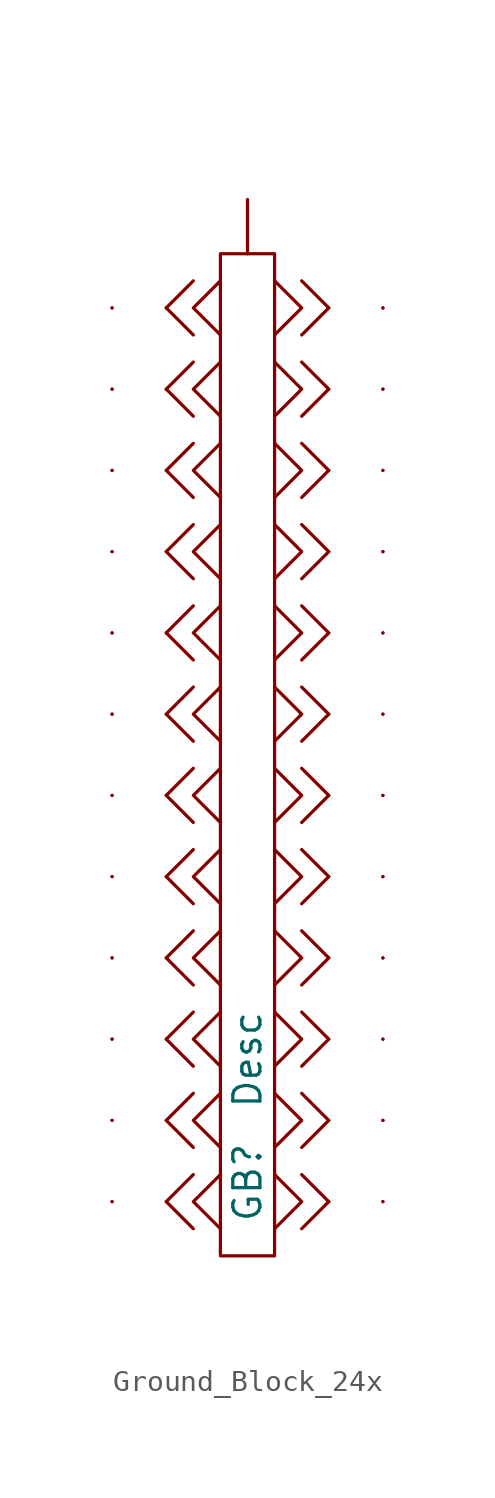
<source format=kicad_sym>
(kicad_symbol_lib
  (version 20231120)
  (generator "kicad_symbol_editor")
  (generator_version "8.0")
  (symbol "Ground_Block_24x"
    (pin_numbers hide)
    (pin_names
      (offset 0) hide)
    (property "Reference" "GB"
      (at 0 -22.606 90)
      (do_not_autoplace)
      (effects (font (size 1.27 1.27)) (justify left)))
    (property "Value" "Desc"
      (at 0 -17.272 90)
      (do_not_autoplace)
      (effects (font (size 1.27 1.27)) (justify left)))
    (symbol "Ground_Block_24x_0_1"
      (rectangle (start -1.27 22.86) (end 1.27 -24.13) (stroke (width 0) (type default)) (fill (type none)))
      (polyline (pts (xy -2.54 -20.32) (xy -3.81 -21.59) (xy -2.54 -22.86)) (stroke (width 0) (type default)) (fill (type none)))
      (polyline (pts (xy -2.54 -16.51) (xy -3.81 -17.78) (xy -2.54 -19.05)) (stroke (width 0) (type default)) (fill (type none)))
      (polyline (pts (xy -2.54 -12.7) (xy -3.81 -13.97) (xy -2.54 -15.24)) (stroke (width 0) (type default)) (fill (type none)))
      (polyline (pts (xy -2.54 -8.89) (xy -3.81 -10.16) (xy -2.54 -11.43)) (stroke (width 0) (type default)) (fill (type none)))
      (polyline (pts (xy -2.54 -5.08) (xy -3.81 -6.35) (xy -2.54 -7.62)) (stroke (width 0) (type default)) (fill (type none)))
      (polyline (pts (xy -2.54 -1.27) (xy -3.81 -2.54) (xy -2.54 -3.81)) (stroke (width 0) (type default)) (fill (type none)))
      (polyline (pts (xy -2.54 2.54) (xy -3.81 1.27) (xy -2.54 0)) (stroke (width 0) (type default)) (fill (type none)))
      (polyline (pts (xy -2.54 6.35) (xy -3.81 5.08) (xy -2.54 3.81)) (stroke (width 0) (type default)) (fill (type none)))
      (polyline (pts (xy -2.54 10.16) (xy -3.81 8.89) (xy -2.54 7.62)) (stroke (width 0) (type default)) (fill (type none)))
      (polyline (pts (xy -2.54 13.97) (xy -3.81 12.7) (xy -2.54 11.43)) (stroke (width 0) (type default)) (fill (type none)))
      (polyline (pts (xy -2.54 17.78) (xy -3.81 16.51) (xy -2.54 15.24)) (stroke (width 0) (type default)) (fill (type none)))
      (polyline (pts (xy -2.54 21.59) (xy -3.81 20.32) (xy -2.54 19.05)) (stroke (width 0) (type default)) (fill (type none)))
      (polyline (pts (xy -1.27 -20.32) (xy -2.54 -21.59) (xy -1.27 -22.86)) (stroke (width 0) (type default)) (fill (type none)))
      (polyline (pts (xy -1.27 -16.51) (xy -2.54 -17.78) (xy -1.27 -19.05)) (stroke (width 0) (type default)) (fill (type none)))
      (polyline (pts (xy -1.27 -12.7) (xy -2.54 -13.97) (xy -1.27 -15.24)) (stroke (width 0) (type default)) (fill (type none)))
      (polyline (pts (xy -1.27 -8.89) (xy -2.54 -10.16) (xy -1.27 -11.43)) (stroke (width 0) (type default)) (fill (type none)))
      (polyline (pts (xy -1.27 -5.08) (xy -2.54 -6.35) (xy -1.27 -7.62)) (stroke (width 0) (type default)) (fill (type none)))
      (polyline (pts (xy -1.27 -1.27) (xy -2.54 -2.54) (xy -1.27 -3.81)) (stroke (width 0) (type default)) (fill (type none)))
      (polyline (pts (xy -1.27 2.54) (xy -2.54 1.27) (xy -1.27 0)) (stroke (width 0) (type default)) (fill (type none)))
      (polyline (pts (xy -1.27 6.35) (xy -2.54 5.08) (xy -1.27 3.81)) (stroke (width 0) (type default)) (fill (type none)))
      (polyline (pts (xy -1.27 10.16) (xy -2.54 8.89) (xy -1.27 7.62)) (stroke (width 0) (type default)) (fill (type none)))
      (polyline (pts (xy -1.27 13.97) (xy -2.54 12.7) (xy -1.27 11.43)) (stroke (width 0) (type default)) (fill (type none)))
      (polyline (pts (xy -1.27 17.78) (xy -2.54 16.51) (xy -1.27 15.24)) (stroke (width 0) (type default)) (fill (type none)))
      (polyline (pts (xy -1.27 21.59) (xy -2.54 20.32) (xy -1.27 19.05)) (stroke (width 0) (type default)) (fill (type none)))
      (polyline (pts (xy 1.27 -22.86) (xy 2.54 -21.59) (xy 1.27 -20.32)) (stroke (width 0) (type default)) (fill (type none)))
      (polyline (pts (xy 1.27 -19.05) (xy 2.54 -17.78) (xy 1.27 -16.51)) (stroke (width 0) (type default)) (fill (type none)))
      (polyline (pts (xy 1.27 -15.24) (xy 2.54 -13.97) (xy 1.27 -12.7)) (stroke (width 0) (type default)) (fill (type none)))
      (polyline (pts (xy 1.27 -11.43) (xy 2.54 -10.16) (xy 1.27 -8.89)) (stroke (width 0) (type default)) (fill (type none)))
      (polyline (pts (xy 1.27 -7.62) (xy 2.54 -6.35) (xy 1.27 -5.08)) (stroke (width 0) (type default)) (fill (type none)))
      (polyline (pts (xy 1.27 -3.81) (xy 2.54 -2.54) (xy 1.27 -1.27)) (stroke (width 0) (type default)) (fill (type none)))
      (polyline (pts (xy 1.27 0) (xy 2.54 1.27) (xy 1.27 2.54)) (stroke (width 0) (type default)) (fill (type none)))
      (polyline (pts (xy 1.27 3.81) (xy 2.54 5.08) (xy 1.27 6.35)) (stroke (width 0) (type default)) (fill (type none)))
      (polyline (pts (xy 1.27 7.62) (xy 2.54 8.89) (xy 1.27 10.16)) (stroke (width 0) (type default)) (fill (type none)))
      (polyline (pts (xy 1.27 11.43) (xy 2.54 12.7) (xy 1.27 13.97)) (stroke (width 0) (type default)) (fill (type none)))
      (polyline (pts (xy 1.27 15.24) (xy 2.54 16.51) (xy 1.27 17.78)) (stroke (width 0) (type default)) (fill (type none)))
      (polyline (pts (xy 1.27 19.05) (xy 2.54 20.32) (xy 1.27 21.59)) (stroke (width 0) (type default)) (fill (type none)))
      (polyline (pts (xy 2.54 -22.86) (xy 3.81 -21.59) (xy 2.54 -20.32)) (stroke (width 0) (type default)) (fill (type none)))
      (polyline (pts (xy 2.54 -19.05) (xy 3.81 -17.78) (xy 2.54 -16.51)) (stroke (width 0) (type default)) (fill (type none)))
      (polyline (pts (xy 2.54 -15.24) (xy 3.81 -13.97) (xy 2.54 -12.7)) (stroke (width 0) (type default)) (fill (type none)))
      (polyline (pts (xy 2.54 -11.43) (xy 3.81 -10.16) (xy 2.54 -8.89)) (stroke (width 0) (type default)) (fill (type none)))
      (polyline (pts (xy 2.54 -7.62) (xy 3.81 -6.35) (xy 2.54 -5.08)) (stroke (width 0) (type default)) (fill (type none)))
      (polyline (pts (xy 2.54 -3.81) (xy 3.81 -2.54) (xy 2.54 -1.27)) (stroke (width 0) (type default)) (fill (type none)))
      (polyline (pts (xy 2.54 0) (xy 3.81 1.27) (xy 2.54 2.54)) (stroke (width 0) (type default)) (fill (type none)))
      (polyline (pts (xy 2.54 3.81) (xy 3.81 5.08) (xy 2.54 6.35)) (stroke (width 0) (type default)) (fill (type none)))
      (polyline (pts (xy 2.54 7.62) (xy 3.81 8.89) (xy 2.54 10.16)) (stroke (width 0) (type default)) (fill (type none)))
      (polyline (pts (xy 2.54 11.43) (xy 3.81 12.7) (xy 2.54 13.97)) (stroke (width 0) (type default)) (fill (type none)))
      (polyline (pts (xy 2.54 15.24) (xy 3.81 16.51) (xy 2.54 17.78)) (stroke (width 0) (type default)) (fill (type none)))
      (polyline (pts (xy 2.54 19.05) (xy 3.81 20.32) (xy 2.54 21.59)) (stroke (width 0) (type default)) (fill (type none))))
    (symbol "Ground_Block_24x_1_1"
      (polyline (pts (xy -6.35 -21.59) (xy -6.35 -21.59)) (stroke (width 0) (type default)) (fill (type none)))
      (polyline (pts (xy -6.35 -21.59) (xy -6.35 -21.59)) (stroke (width 0) (type default)) (fill (type none)))
      (polyline (pts (xy -6.35 -17.78) (xy -6.35 -17.78)) (stroke (width 0) (type default)) (fill (type none)))
      (polyline (pts (xy -6.35 -17.78) (xy -6.35 -17.78)) (stroke (width 0) (type default)) (fill (type none)))
      (polyline (pts (xy -6.35 -13.97) (xy -6.35 -13.97)) (stroke (width 0) (type default)) (fill (type none)))
      (polyline (pts (xy -6.35 -13.97) (xy -6.35 -13.97)) (stroke (width 0) (type default)) (fill (type none)))
      (polyline (pts (xy -6.35 -10.16) (xy -6.35 -10.16)) (stroke (width 0) (type default)) (fill (type none)))
      (polyline (pts (xy -6.35 -10.16) (xy -6.35 -10.16)) (stroke (width 0) (type default)) (fill (type none)))
      (polyline (pts (xy -6.35 -6.35) (xy -6.35 -6.35)) (stroke (width 0) (type default)) (fill (type none)))
      (polyline (pts (xy -6.35 -6.35) (xy -6.35 -6.35)) (stroke (width 0) (type default)) (fill (type none)))
      (polyline (pts (xy -6.35 -2.54) (xy -6.35 -2.54)) (stroke (width 0) (type default)) (fill (type none)))
      (polyline (pts (xy -6.35 -2.54) (xy -6.35 -2.54)) (stroke (width 0) (type default)) (fill (type none)))
      (polyline (pts (xy -6.35 1.27) (xy -6.35 1.27)) (stroke (width 0) (type default)) (fill (type none)))
      (polyline (pts (xy -6.35 1.27) (xy -6.35 1.27)) (stroke (width 0) (type default)) (fill (type none)))
      (polyline (pts (xy -6.35 5.08) (xy -6.35 5.08)) (stroke (width 0) (type default)) (fill (type none)))
      (polyline (pts (xy -6.35 5.08) (xy -6.35 5.08)) (stroke (width 0) (type default)) (fill (type none)))
      (polyline (pts (xy -6.35 8.89) (xy -6.35 8.89)) (stroke (width 0) (type default)) (fill (type none)))
      (polyline (pts (xy -6.35 8.89) (xy -6.35 8.89)) (stroke (width 0) (type default)) (fill (type none)))
      (polyline (pts (xy -6.35 12.7) (xy -6.35 12.7)) (stroke (width 0) (type default)) (fill (type none)))
      (polyline (pts (xy -6.35 12.7) (xy -6.35 12.7)) (stroke (width 0) (type default)) (fill (type none)))
      (polyline (pts (xy -6.35 16.51) (xy -6.35 16.51)) (stroke (width 0) (type default)) (fill (type none)))
      (polyline (pts (xy -6.35 16.51) (xy -6.35 16.51)) (stroke (width 0) (type default)) (fill (type none)))
      (polyline (pts (xy -6.35 20.32) (xy -6.35 20.32)) (stroke (width 0) (type default)) (fill (type none)))
      (polyline (pts (xy -6.35 20.32) (xy -6.35 20.32)) (stroke (width 0) (type default)) (fill (type none)))
      (polyline (pts (xy 6.35 -21.59) (xy 6.35 -21.59)) (stroke (width 0) (type default)) (fill (type none)))
      (polyline (pts (xy 6.35 -21.59) (xy 6.35 -21.59)) (stroke (width 0) (type default)) (fill (type none)))
      (polyline (pts (xy 6.35 -17.78) (xy 6.35 -17.78)) (stroke (width 0) (type default)) (fill (type none)))
      (polyline (pts (xy 6.35 -17.78) (xy 6.35 -17.78)) (stroke (width 0) (type default)) (fill (type none)))
      (polyline (pts (xy 6.35 -13.97) (xy 6.35 -13.97)) (stroke (width 0) (type default)) (fill (type none)))
      (polyline (pts (xy 6.35 -13.97) (xy 6.35 -13.97)) (stroke (width 0) (type default)) (fill (type none)))
      (polyline (pts (xy 6.35 -10.16) (xy 6.35 -10.16)) (stroke (width 0) (type default)) (fill (type none)))
      (polyline (pts (xy 6.35 -10.16) (xy 6.35 -10.16)) (stroke (width 0) (type default)) (fill (type none)))
      (polyline (pts (xy 6.35 -6.35) (xy 6.35 -6.35)) (stroke (width 0) (type default)) (fill (type none)))
      (polyline (pts (xy 6.35 -6.35) (xy 6.35 -6.35)) (stroke (width 0) (type default)) (fill (type none)))
      (polyline (pts (xy 6.35 -2.54) (xy 6.35 -2.54)) (stroke (width 0) (type default)) (fill (type none)))
      (polyline (pts (xy 6.35 -2.54) (xy 6.35 -2.54)) (stroke (width 0) (type default)) (fill (type none)))
      (polyline (pts (xy 6.35 1.27) (xy 6.35 1.27)) (stroke (width 0) (type default)) (fill (type none)))
      (polyline (pts (xy 6.35 1.27) (xy 6.35 1.27)) (stroke (width 0) (type default)) (fill (type none)))
      (polyline (pts (xy 6.35 5.08) (xy 6.35 5.08)) (stroke (width 0) (type default)) (fill (type none)))
      (polyline (pts (xy 6.35 5.08) (xy 6.35 5.08)) (stroke (width 0) (type default)) (fill (type none)))
      (polyline (pts (xy 6.35 8.89) (xy 6.35 8.89)) (stroke (width 0) (type default)) (fill (type none)))
      (polyline (pts (xy 6.35 8.89) (xy 6.35 8.89)) (stroke (width 0) (type default)) (fill (type none)))
      (polyline (pts (xy 6.35 12.7) (xy 6.35 12.7)) (stroke (width 0) (type default)) (fill (type none)))
      (polyline (pts (xy 6.35 12.7) (xy 6.35 12.7)) (stroke (width 0) (type default)) (fill (type none)))
      (polyline (pts (xy 6.35 16.51) (xy 6.35 16.51)) (stroke (width 0) (type default)) (fill (type none)))
      (polyline (pts (xy 6.35 16.51) (xy 6.35 16.51)) (stroke (width 0) (type default)) (fill (type none)))
      (polyline (pts (xy 6.35 20.32) (xy 6.35 20.32)) (stroke (width 0) (type default)) (fill (type none)))
      (polyline (pts (xy 6.35 20.32) (xy 6.35 20.32)) (stroke (width 0) (type default)) (fill (type none)))
      (pin passive line (at 0 25.4 270) (length 2.54) (name "Pwr" (effects (font (size 1.27 1.27)))) (number "1" (effects (font (size 1.27 1.27)))))
      (pin passive line (at -3.81 -21.59 0) (length 0) (name "Desc" (effects (font (size 1.27 1.27)))) (number "Val_A" (effects (font (size 1.27 1.27)))))
      (pin passive line (at -3.81 -17.78 0) (length 0) (name "Desc" (effects (font (size 1.27 1.27)))) (number "Val_A" (effects (font (size 1.27 1.27)))))
      (pin passive line (at -3.81 -13.97 0) (length 0) (name "Desc" (effects (font (size 1.27 1.27)))) (number "Val_A" (effects (font (size 1.27 1.27)))))
      (pin passive line (at -3.81 -10.16 0) (length 0) (name "Desc" (effects (font (size 1.27 1.27)))) (number "Val_A" (effects (font (size 1.27 1.27)))))
      (pin passive line (at -3.81 -6.35 0) (length 0) (name "Desc" (effects (font (size 1.27 1.27)))) (number "Val_A" (effects (font (size 1.27 1.27)))))
      (pin passive line (at -3.81 -2.54 0) (length 0) (name "Desc" (effects (font (size 1.27 1.27)))) (number "Val_A" (effects (font (size 1.27 1.27)))))
      (pin passive line (at -3.81 1.27 0) (length 0) (name "Desc" (effects (font (size 1.27 1.27)))) (number "Val_A" (effects (font (size 1.27 1.27)))))
      (pin passive line (at -3.81 5.08 0) (length 0) (name "Desc" (effects (font (size 1.27 1.27)))) (number "Val_A" (effects (font (size 1.27 1.27)))))
      (pin passive line (at -3.81 8.89 0) (length 0) (name "Desc" (effects (font (size 1.27 1.27)))) (number "Val_A" (effects (font (size 1.27 1.27)))))
      (pin passive line (at -3.81 12.7 0) (length 0) (name "Desc" (effects (font (size 1.27 1.27)))) (number "Val_A" (effects (font (size 1.27 1.27)))))
      (pin passive line (at -3.81 16.51 0) (length 0) (name "Desc" (effects (font (size 1.27 1.27)))) (number "Val_A" (effects (font (size 1.27 1.27)))))
      (pin passive line (at -3.81 20.32 0) (length 0) (name "Desc" (effects (font (size 1.27 1.27)))) (number "Val_A" (effects (font (size 1.27 1.27)))))
      (pin passive line (at 3.81 -21.59 180) (length 0) (name "Desc" (effects (font (size 1.27 1.27)))) (number "Val_A" (effects (font (size 1.27 1.27)))))
      (pin passive line (at 3.81 -17.78 180) (length 0) (name "Desc" (effects (font (size 1.27 1.27)))) (number "Val_A" (effects (font (size 1.27 1.27)))))
      (pin passive line (at 3.81 -13.97 180) (length 0) (name "Desc" (effects (font (size 1.27 1.27)))) (number "Val_A" (effects (font (size 1.27 1.27)))))
      (pin passive line (at 3.81 -10.16 180) (length 0) (name "Desc" (effects (font (size 1.27 1.27)))) (number "Val_A" (effects (font (size 1.27 1.27)))))
      (pin passive line (at 3.81 -6.35 180) (length 0) (name "Desc" (effects (font (size 1.27 1.27)))) (number "Val_A" (effects (font (size 1.27 1.27)))))
      (pin passive line (at 3.81 -2.54 180) (length 0) (name "Desc" (effects (font (size 1.27 1.27)))) (number "Val_A" (effects (font (size 1.27 1.27)))))
      (pin passive line (at 3.81 1.27 180) (length 0) (name "Desc" (effects (font (size 1.27 1.27)))) (number "Val_A" (effects (font (size 1.27 1.27)))))
      (pin passive line (at 3.81 5.08 180) (length 0) (name "Desc" (effects (font (size 1.27 1.27)))) (number "Val_A" (effects (font (size 1.27 1.27)))))
      (pin passive line (at 3.81 8.89 180) (length 0) (name "Desc" (effects (font (size 1.27 1.27)))) (number "Val_A" (effects (font (size 1.27 1.27)))))
      (pin passive line (at 3.81 12.7 180) (length 0) (name "Desc" (effects (font (size 1.27 1.27)))) (number "Val_A" (effects (font (size 1.27 1.27)))))
      (pin passive line (at 3.81 16.51 180) (length 0) (name "Desc" (effects (font (size 1.27 1.27)))) (number "Val_A" (effects (font (size 1.27 1.27)))))
      (pin passive line (at 3.81 20.32 180) (length 0) (name "Desc" (effects (font (size 1.27 1.27)))) (number "Val_A" (effects (font (size 1.27 1.27))))))))
</source>
